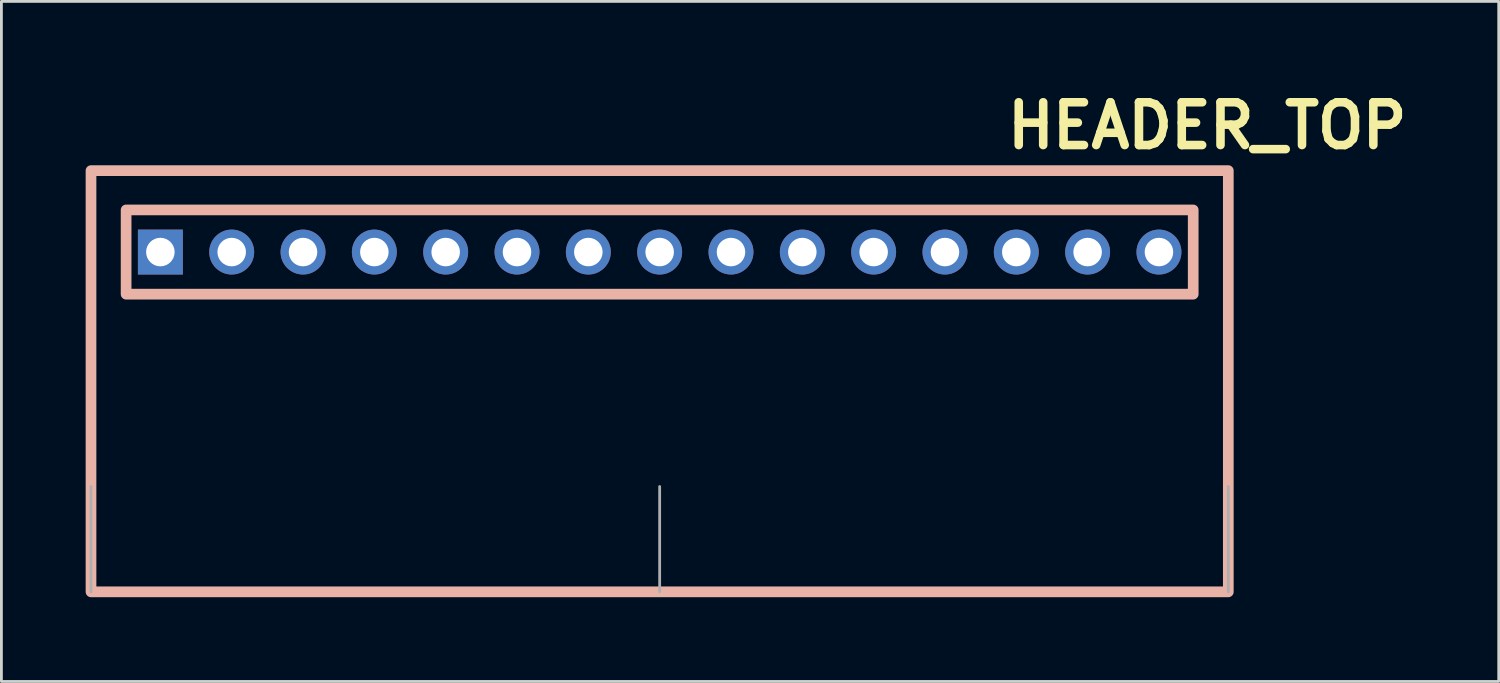
<source format=kicad_pcb>
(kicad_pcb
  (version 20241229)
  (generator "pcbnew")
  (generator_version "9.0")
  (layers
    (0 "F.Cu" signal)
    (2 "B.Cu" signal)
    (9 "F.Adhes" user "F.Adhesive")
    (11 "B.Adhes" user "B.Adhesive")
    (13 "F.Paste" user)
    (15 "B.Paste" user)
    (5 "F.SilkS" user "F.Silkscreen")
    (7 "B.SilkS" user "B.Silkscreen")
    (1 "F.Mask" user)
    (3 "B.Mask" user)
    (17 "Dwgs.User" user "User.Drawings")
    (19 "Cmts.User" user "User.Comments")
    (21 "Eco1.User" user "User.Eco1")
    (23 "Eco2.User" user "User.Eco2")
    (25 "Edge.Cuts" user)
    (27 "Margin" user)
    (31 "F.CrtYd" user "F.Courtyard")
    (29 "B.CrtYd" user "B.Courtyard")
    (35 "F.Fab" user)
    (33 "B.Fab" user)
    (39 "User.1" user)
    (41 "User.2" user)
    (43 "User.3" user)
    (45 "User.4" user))
  (footprint "HEADER_TOP"
    (layer "F.Cu")
    (at 20.441 5.926)
    (property "Reference" "HEADER_TOP" (at 19.5 -4.5 180) (layer "F.SilkS") (effects (font (size 1.524 1.524) (thickness 0.305))))
    (fp_rect (start -20.25 -2.9) (end 20.25 12.1) (stroke (width 0.381) (type default)) (fill no) (layer "B.SilkS"))
    (fp_rect (start -19 -1.5) (end 19 1.5) (stroke (width 0.381) (type default)) (fill no) (layer "B.SilkS"))
    (fp_line (start -20.25 12.1) (end -20.25 8.35) (stroke (width 0.1) (type default)) (layer "F.Fab"))
    (fp_line (start 0 12.1) (end 0 8.35) (stroke (width 0.1) (type default)) (layer "F.Fab"))
    (fp_line (start 20.25 12.1) (end 20.25 8.35) (stroke (width 0.1) (type default)) (layer "F.Fab"))
    (pad "1" thru_hole rect (at -17.78 0) (size 1.6 1.6) (drill 1.016) (layers "*.Cu" "*.Mask"))
    (pad "2" thru_hole circle (at -15.24 0) (size 1.6 1.6) (drill 1.016) (layers "*.Cu" "*.Mask"))
    (pad "3" thru_hole circle (at -12.7 0) (size 1.6 1.6) (drill 1.016) (layers "*.Cu" "*.Mask"))
    (pad "4" thru_hole circle (at -10.16 0) (size 1.6 1.6) (drill 1.016) (layers "*.Cu" "*.Mask"))
    (pad "5" thru_hole circle (at -7.62 0) (size 1.6 1.6) (drill 1.016) (layers "*.Cu" "*.Mask"))
    (pad "6" thru_hole circle (at -5.08 0) (size 1.6 1.6) (drill 1.016) (layers "*.Cu" "*.Mask"))
    (pad "7" thru_hole circle (at -2.54 0) (size 1.6 1.6) (drill 1.016) (layers "*.Cu" "*.Mask"))
    (pad "8" thru_hole circle (at 0 0) (size 1.6 1.6) (drill 1.016) (layers "*.Cu" "*.Mask"))
    (pad "9" thru_hole circle (at 2.54 0) (size 1.6 1.6) (drill 1.016) (layers "*.Cu" "*.Mask"))
    (pad "10" thru_hole circle (at 5.08 0) (size 1.6 1.6) (drill 1.016) (layers "*.Cu" "*.Mask"))
    (pad "11" thru_hole circle (at 7.62 0) (size 1.6 1.6) (drill 1.016) (layers "*.Cu" "*.Mask"))
    (pad "12" thru_hole circle (at 10.16 0) (size 1.6 1.6) (drill 1.016) (layers "*.Cu" "*.Mask"))
    (pad "13" thru_hole circle (at 12.7 0) (size 1.6 1.6) (drill 1.016) (layers "*.Cu" "*.Mask"))
    (pad "14" thru_hole circle (at 15.24 0) (size 1.6 1.6) (drill 1.016) (layers "*.Cu" "*.Mask"))
    (pad "15" thru_hole circle (at 17.78 0) (size 1.6 1.6) (drill 1.016) (layers "*.Cu" "*.Mask")))
  (gr_rect
    (start -3 -3)
    (end 50.321 21.217)
    (stroke (width 0.1) (type default))
    (fill no)
    (layer "Edge.Cuts")))
</source>
